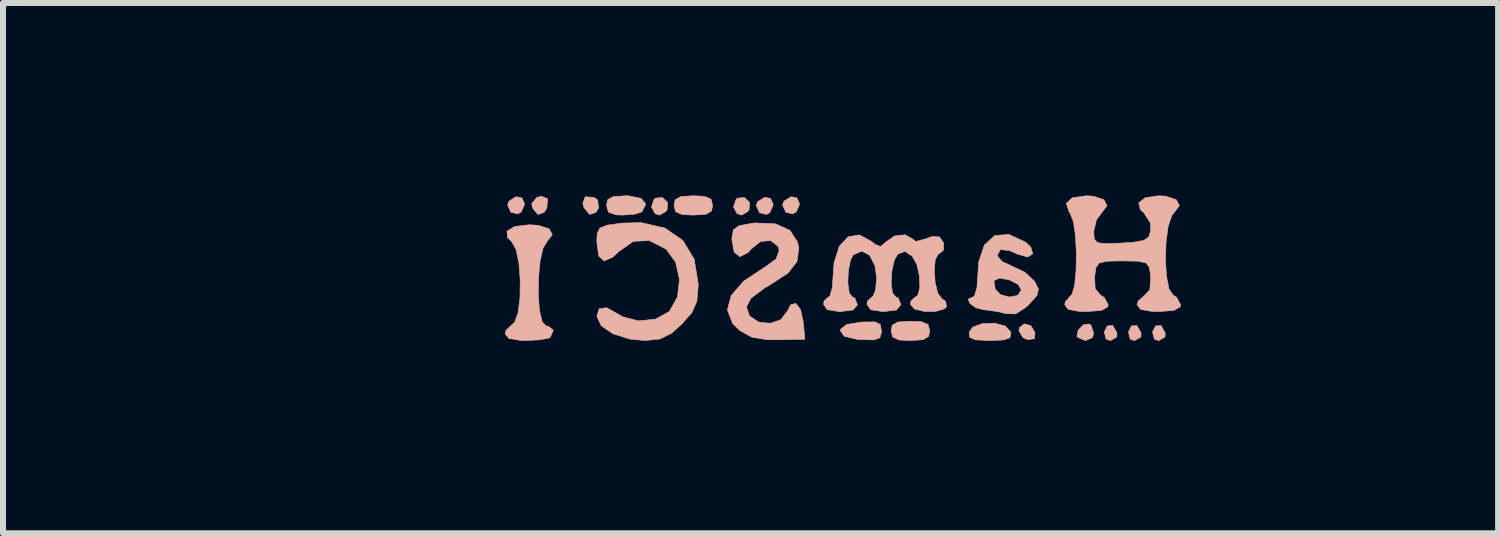
<source format=kicad_pcb>
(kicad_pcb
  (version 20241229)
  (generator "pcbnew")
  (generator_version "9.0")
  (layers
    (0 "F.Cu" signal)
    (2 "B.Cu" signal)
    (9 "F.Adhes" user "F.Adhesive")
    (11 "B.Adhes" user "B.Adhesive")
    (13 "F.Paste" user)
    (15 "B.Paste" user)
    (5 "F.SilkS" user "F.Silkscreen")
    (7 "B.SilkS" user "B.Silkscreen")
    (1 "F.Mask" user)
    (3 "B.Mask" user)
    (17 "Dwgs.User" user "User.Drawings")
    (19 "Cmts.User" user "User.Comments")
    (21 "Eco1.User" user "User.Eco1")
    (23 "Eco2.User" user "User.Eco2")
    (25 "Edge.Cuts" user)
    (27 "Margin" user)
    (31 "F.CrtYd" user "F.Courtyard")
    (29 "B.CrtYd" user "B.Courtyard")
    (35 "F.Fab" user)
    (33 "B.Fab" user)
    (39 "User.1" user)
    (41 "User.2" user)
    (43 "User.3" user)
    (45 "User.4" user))
  (footprint "HamSci_bSilk"
    (layer "F.Cu")
    (at 0.25 1.418)
    (property "Reference" "HamSci_bSilk" (at 10.744 0 0) (layer "Eco2.User") (effects (font (size 1.524 1.524) (thickness 0.3))))
    (attr through_hole)
    (fp_poly (pts (xy 15.15 0.963) (xy 15.1 1.065) (xy 15.131 1.185) (xy 15.205 1.206) (xy 15.307 1.148) (xy 15.312 1.081) (xy 15.242 0.957) (xy 15.15 0.963)) (stroke (width 0.01) (type solid)) (fill yes) (layer "B.SilkS"))
    (fp_poly (pts (xy 15.552 0.963) (xy 15.502 1.065) (xy 15.533 1.185) (xy 15.607 1.206) (xy 15.709 1.148) (xy 15.714 1.081) (xy 15.644 0.957) (xy 15.552 0.963)) (stroke (width 0.01) (type solid)) (fill yes) (layer "B.SilkS"))
    (fp_poly (pts (xy 15.954 0.963) (xy 15.904 1.065) (xy 15.935 1.185) (xy 16.009 1.206) (xy 16.111 1.148) (xy 16.115 1.081) (xy 16.046 0.957) (xy 15.954 0.963)) (stroke (width 0.01) (type solid)) (fill yes) (layer "B.SilkS"))
    (fp_poly (pts (xy 5.179 -1.114) (xy 5.158 -1.051) (xy 5.213 -0.931) (xy 5.329 -0.904) (xy 5.384 -0.936) (xy 5.442 -1.065) (xy 5.397 -1.17) (xy 5.298 -1.19) (xy 5.179 -1.114)) (stroke (width 0.01) (type solid)) (fill yes) (layer "B.SilkS"))
    (fp_poly (pts (xy 5.645 -1.178) (xy 5.561 -1.077) (xy 5.57 -1.008) (xy 5.663 -0.894) (xy 5.769 -0.93) (xy 5.813 -1.008) (xy 5.824 -1.157) (xy 5.72 -1.198) (xy 5.645 -1.178)) (stroke (width 0.01) (type solid)) (fill yes) (layer "B.SilkS"))
    (fp_poly (pts (xy 6.411 -1.084) (xy 6.431 -1.008) (xy 6.525 -0.894) (xy 6.631 -0.93) (xy 6.675 -1.008) (xy 6.656 -1.139) (xy 6.6 -1.178) (xy 6.452 -1.189) (xy 6.411 -1.084)) (stroke (width 0.01) (type solid)) (fill yes) (layer "B.SilkS"))
    (fp_poly (pts (xy 9.322 -1.105) (xy 9.301 -1.042) (xy 9.356 -0.922) (xy 9.472 -0.895) (xy 9.527 -0.927) (xy 9.585 -1.056) (xy 9.54 -1.161) (xy 9.441 -1.181) (xy 9.322 -1.105)) (stroke (width 0.01) (type solid)) (fill yes) (layer "B.SilkS"))
    (fp_poly (pts (xy 9.761 -1.114) (xy 9.739 -1.051) (xy 9.795 -0.931) (xy 9.91 -0.904) (xy 9.966 -0.936) (xy 10.024 -1.065) (xy 9.978 -1.17) (xy 9.88 -1.19) (xy 9.761 -1.114)) (stroke (width 0.01) (type solid)) (fill yes) (layer "B.SilkS"))
    (fp_poly (pts (xy 13.686 0.993) (xy 13.678 1.044) (xy 13.745 1.157) (xy 13.826 1.192) (xy 13.938 1.175) (xy 13.945 1.072) (xy 13.874 0.957) (xy 13.765 0.928) (xy 13.686 0.993)) (stroke (width 0.01) (type solid)) (fill yes) (layer "B.SilkS"))
    (fp_poly (pts (xy 7.622 -1.166) (xy 7.6 -1.148) (xy 7.555 -1.022) (xy 7.614 -0.91) (xy 7.69 -0.884) (xy 7.793 -0.943) (xy 7.815 -0.972) (xy 7.824 -1.094) (xy 7.739 -1.176) (xy 7.622 -1.166)) (stroke (width 0.01) (type solid)) (fill yes) (layer "B.SilkS"))
    (fp_poly (pts (xy 8.989 -1.166) (xy 8.967 -1.148) (xy 8.922 -1.022) (xy 8.98 -0.91) (xy 9.056 -0.884) (xy 9.159 -0.943) (xy 9.181 -0.972) (xy 9.191 -1.094) (xy 9.105 -1.176) (xy 8.989 -1.166)) (stroke (width 0.01) (type solid)) (fill yes) (layer "B.SilkS"))
    (fp_poly (pts (xy 14.755 0.942) (xy 14.666 1.032) (xy 14.644 1.133) (xy 14.657 1.153) (xy 14.784 1.206) (xy 14.897 1.162) (xy 14.924 1.09) (xy 14.881 0.957) (xy 14.853 0.93) (xy 14.755 0.942)) (stroke (width 0.01) (type solid)) (fill yes) (layer "B.SilkS"))
    (fp_poly (pts (xy 8.042 -1.192) (xy 7.949 -1.138) (xy 7.931 -1.045) (xy 7.958 -0.94) (xy 8.067 -0.893) (xy 8.252 -0.884) (xy 8.463 -0.898) (xy 8.556 -0.952) (xy 8.574 -1.045) (xy 8.547 -1.15) (xy 8.438 -1.197) (xy 8.252 -1.206) (xy 8.042 -1.192)) (stroke (width 0.01) (type solid)) (fill yes) (layer "B.SilkS"))
    (fp_poly (pts (xy 11.659 0.898) (xy 11.566 0.952) (xy 11.548 1.045) (xy 11.575 1.15) (xy 11.684 1.197) (xy 11.87 1.206) (xy 12.08 1.192) (xy 12.173 1.138) (xy 12.191 1.045) (xy 12.164 0.94) (xy 12.055 0.893) (xy 11.87 0.884) (xy 11.659 0.898)) (stroke (width 0.01) (type solid)) (fill yes) (layer "B.SilkS"))
    (fp_poly (pts (xy 6.917 -1.192) (xy 6.824 -1.138) (xy 6.806 -1.045) (xy 6.839 -0.932) (xy 6.967 -0.888) (xy 7.074 -0.884) (xy 7.272 -0.899) (xy 7.391 -0.935) (xy 7.395 -0.938) (xy 7.461 -1.068) (xy 7.383 -1.162) (xy 7.176 -1.205) (xy 7.127 -1.206) (xy 6.917 -1.192)) (stroke (width 0.01) (type solid)) (fill yes) (layer "B.SilkS"))
    (fp_poly (pts (xy 13.072 0.923) (xy 12.909 0.983) (xy 12.849 1.065) (xy 12.858 1.152) (xy 12.952 1.194) (xy 13.167 1.206) (xy 13.196 1.206) (xy 13.424 1.196) (xy 13.529 1.158) (xy 13.544 1.076) (xy 13.542 1.065) (xy 13.452 0.965) (xy 13.275 0.917) (xy 13.072 0.923)) (stroke (width 0.01) (type solid)) (fill yes) (layer "B.SilkS"))
    (fp_poly (pts (xy 11.086 0.897) (xy 11.046 0.9) (xy 10.807 0.939) (xy 10.709 1.016) (xy 10.704 1.045) (xy 10.766 1.134) (xy 10.964 1.183) (xy 11.046 1.19) (xy 11.261 1.196) (xy 11.361 1.161) (xy 11.387 1.065) (xy 11.387 1.045) (xy 11.368 0.939) (xy 11.282 0.896) (xy 11.086 0.897)) (stroke (width 0.01) (type solid)) (fill yes) (layer "B.SilkS"))
    (fp_poly (pts (xy 5.276 -0.694) (xy 5.149 -0.617) (xy 5.156 -0.51) (xy 5.226 -0.441) (xy 5.299 -0.312) (xy 5.347 -0.081) (xy 5.368 0.203) (xy 5.364 0.494) (xy 5.333 0.744) (xy 5.274 0.904) (xy 5.238 0.935) (xy 5.131 1.037) (xy 5.118 1.094) (xy 5.179 1.171) (xy 5.373 1.204) (xy 5.466 1.206) (xy 5.691 1.194) (xy 5.843 1.166) (xy 5.868 1.152) (xy 5.919 1.034) (xy 5.835 0.967) (xy 5.801 0.965) (xy 5.733 0.892) (xy 5.689 0.705) (xy 5.669 0.445) (xy 5.673 0.157) (xy 5.699 -0.117) (xy 5.748 -0.332) (xy 5.813 -0.441) (xy 5.903 -0.559) (xy 5.85 -0.655) (xy 5.671 -0.713) (xy 5.52 -0.723) (xy 5.276 -0.694)) (stroke (width 0.01) (type solid)) (fill yes) (layer "B.SilkS"))
    (fp_poly (pts (xy 7.056 -0.75) (xy 6.815 -0.716) (xy 6.693 -0.667) (xy 6.65 -0.572) (xy 6.645 -0.436) (xy 6.676 -0.203) (xy 6.767 -0.12) (xy 6.914 -0.186) (xy 7.007 -0.274) (xy 7.253 -0.447) (xy 7.52 -0.46) (xy 7.8 -0.316) (xy 7.958 -0.099) (xy 8.022 0.187) (xy 7.988 0.481) (xy 7.855 0.719) (xy 7.851 0.723) (xy 7.624 0.849) (xy 7.34 0.879) (xy 7.072 0.81) (xy 7.002 0.766) (xy 6.806 0.659) (xy 6.682 0.679) (xy 6.645 0.802) (xy 6.719 0.961) (xy 6.915 1.094) (xy 7.195 1.182) (xy 7.453 1.206) (xy 7.698 1.18) (xy 7.894 1.081) (xy 8.06 0.932) (xy 8.231 0.737) (xy 8.311 0.552) (xy 8.333 0.299) (xy 8.333 0.26) (xy 8.267 -0.149) (xy 8.078 -0.461) (xy 7.778 -0.668) (xy 7.38 -0.759) (xy 7.056 -0.75)) (stroke (width 0.01) (type solid)) (fill yes) (layer "B.SilkS"))
    (fp_poly (pts (xy 9.227 -0.747) (xy 9.016 -0.707) (xy 8.92 -0.639) (xy 8.896 -0.506) (xy 8.895 -0.476) (xy 8.933 -0.266) (xy 9.03 -0.191) (xy 9.165 -0.261) (xy 9.215 -0.318) (xy 9.374 -0.445) (xy 9.541 -0.46) (xy 9.661 -0.366) (xy 9.684 -0.3) (xy 9.633 -0.155) (xy 9.449 -0.02) (xy 9.095 0.214) (xy 8.884 0.456) (xy 8.82 0.695) (xy 8.907 0.92) (xy 9.026 1.038) (xy 9.221 1.148) (xy 9.476 1.192) (xy 9.673 1.194) (xy 10.11 1.184) (xy 10.085 0.9) (xy 10.039 0.69) (xy 9.96 0.587) (xy 9.874 0.611) (xy 9.824 0.71) (xy 9.711 0.859) (xy 9.532 0.919) (xy 9.34 0.898) (xy 9.19 0.799) (xy 9.137 0.645) (xy 9.215 0.499) (xy 9.446 0.326) (xy 9.537 0.274) (xy 9.829 0.083) (xy 9.98 -0.11) (xy 10.009 -0.332) (xy 9.99 -0.434) (xy 9.864 -0.628) (xy 9.621 -0.738) (xy 9.286 -0.753) (xy 9.227 -0.747)) (stroke (width 0.01) (type solid)) (fill yes) (layer "B.SilkS"))
    (fp_poly (pts (xy 13.276 -0.543) (xy 13.104 -0.388) (xy 13.008 -0.107) (xy 12.995 0.086) (xy 12.979 0.326) (xy 12.936 0.464) (xy 12.908 0.482) (xy 12.832 0.516) (xy 12.862 0.589) (xy 12.963 0.661) (xy 13.082 0.691) (xy 13.321 0.723) (xy 13.456 0.757) (xy 13.623 0.762) (xy 13.799 0.648) (xy 13.845 0.604) (xy 13.978 0.455) (xy 14.001 0.363) (xy 13.718 0.363) (xy 13.657 0.455) (xy 13.518 0.481) (xy 13.37 0.441) (xy 13.283 0.35) (xy 13.26 0.21) (xy 13.35 0.166) (xy 13.514 0.193) (xy 13.666 0.271) (xy 13.718 0.363) (xy 14.001 0.363) (xy 14.004 0.349) (xy 13.939 0.221) (xy 13.937 0.218) (xy 13.776 0.068) (xy 13.568 -0.031) (xy 13.395 -0.111) (xy 13.317 -0.206) (xy 13.316 -0.213) (xy 13.37 -0.311) (xy 13.53 -0.29) (xy 13.652 -0.234) (xy 13.825 -0.186) (xy 13.908 -0.239) (xy 13.875 -0.352) (xy 13.788 -0.433) (xy 13.51 -0.562) (xy 13.276 -0.543)) (stroke (width 0.01) (type solid)) (fill yes) (layer "B.SilkS"))
    (fp_poly (pts (xy 14.567 -1.172) (xy 14.468 -1.079) (xy 14.515 -0.934) (xy 14.533 -0.911) (xy 14.586 -0.772) (xy 14.62 -0.537) (xy 14.635 -0.252) (xy 14.63 0.036) (xy 14.607 0.281) (xy 14.563 0.436) (xy 14.535 0.465) (xy 14.45 0.561) (xy 14.442 0.61) (xy 14.498 0.686) (xy 14.68 0.72) (xy 14.803 0.723) (xy 15.049 0.705) (xy 15.156 0.647) (xy 15.165 0.611) (xy 15.1 0.489) (xy 15.039 0.451) (xy 14.948 0.343) (xy 14.939 0.141) (xy 14.96 -0.008) (xy 15.015 -0.086) (xy 15.145 -0.116) (xy 15.392 -0.121) (xy 15.406 -0.121) (xy 15.659 -0.116) (xy 15.794 -0.088) (xy 15.851 -0.013) (xy 15.873 0.133) (xy 15.874 0.141) (xy 15.86 0.359) (xy 15.773 0.451) (xy 15.663 0.551) (xy 15.647 0.611) (xy 15.706 0.687) (xy 15.896 0.721) (xy 16.009 0.723) (xy 16.255 0.705) (xy 16.362 0.647) (xy 16.371 0.611) (xy 16.306 0.487) (xy 16.25 0.453) (xy 16.179 0.349) (xy 16.136 0.135) (xy 16.119 -0.143) (xy 16.129 -0.436) (xy 16.164 -0.698) (xy 16.226 -0.879) (xy 16.262 -0.923) (xy 16.351 -1.042) (xy 16.299 -1.141) (xy 16.123 -1.199) (xy 16.009 -1.206) (xy 15.783 -1.173) (xy 15.675 -1.089) (xy 15.701 -0.975) (xy 15.762 -0.919) (xy 15.867 -0.755) (xy 15.875 -0.629) (xy 15.843 -0.522) (xy 15.759 -0.462) (xy 15.582 -0.431) (xy 15.386 -0.418) (xy 15.126 -0.408) (xy 14.988 -0.424) (xy 14.934 -0.482) (xy 14.924 -0.597) (xy 14.924 -0.61) (xy 14.97 -0.808) (xy 15.057 -0.923) (xy 15.146 -1.042) (xy 15.093 -1.141) (xy 14.917 -1.199) (xy 14.803 -1.206) (xy 14.567 -1.172)) (stroke (width 0.01) (type solid)) (fill yes) (layer "B.SilkS"))
    (fp_poly (pts (xy 11.608 -0.537) (xy 11.466 -0.44) (xy 11.373 -0.359) (xy 11.276 -0.399) (xy 11.229 -0.44) (xy 11.021 -0.554) (xy 10.834 -0.523) (xy 10.686 -0.366) (xy 10.599 -0.098) (xy 10.583 0.107) (xy 10.568 0.327) (xy 10.529 0.462) (xy 10.503 0.482) (xy 10.432 0.547) (xy 10.423 0.603) (xy 10.484 0.692) (xy 10.678 0.723) (xy 10.704 0.723) (xy 10.912 0.697) (xy 10.985 0.614) (xy 10.985 0.603) (xy 10.942 0.496) (xy 10.905 0.482) (xy 10.85 0.414) (xy 10.827 0.247) (xy 10.835 0.044) (xy 10.872 -0.137) (xy 10.917 -0.221) (xy 11.06 -0.285) (xy 11.19 -0.215) (xy 11.28 -0.039) (xy 11.307 0.164) (xy 11.289 0.364) (xy 11.244 0.475) (xy 11.226 0.482) (xy 11.155 0.547) (xy 11.146 0.603) (xy 11.207 0.692) (xy 11.402 0.723) (xy 11.427 0.723) (xy 11.636 0.697) (xy 11.708 0.614) (xy 11.709 0.603) (xy 11.665 0.496) (xy 11.628 0.482) (xy 11.571 0.414) (xy 11.549 0.249) (xy 11.561 0.045) (xy 11.603 -0.139) (xy 11.66 -0.234) (xy 11.779 -0.28) (xy 11.901 -0.198) (xy 11.978 -0.059) (xy 12.021 0.135) (xy 12.027 0.326) (xy 11.992 0.457) (xy 11.95 0.482) (xy 11.879 0.547) (xy 11.87 0.603) (xy 11.937 0.68) (xy 12.098 0.721) (xy 12.285 0.722) (xy 12.435 0.678) (xy 12.473 0.642) (xy 12.455 0.551) (xy 12.397 0.513) (xy 12.327 0.42) (xy 12.282 0.24) (xy 12.267 0.032) (xy 12.284 -0.146) (xy 12.337 -0.238) (xy 12.352 -0.241) (xy 12.421 -0.3) (xy 12.422 -0.421) (xy 12.353 -0.521) (xy 12.227 -0.526) (xy 12.117 -0.486) (xy 11.96 -0.445) (xy 11.91 -0.482) (xy 11.783 -0.556) (xy 11.608 -0.537)) (stroke (width 0.01) (type solid)) (fill yes) (layer "B.SilkS")))
  (gr_rect
    (start -3 -3)
    (end 21.912 5.836)
    (stroke (width 0.1) (type default))
    (fill no)
    (layer "Edge.Cuts")))
</source>
